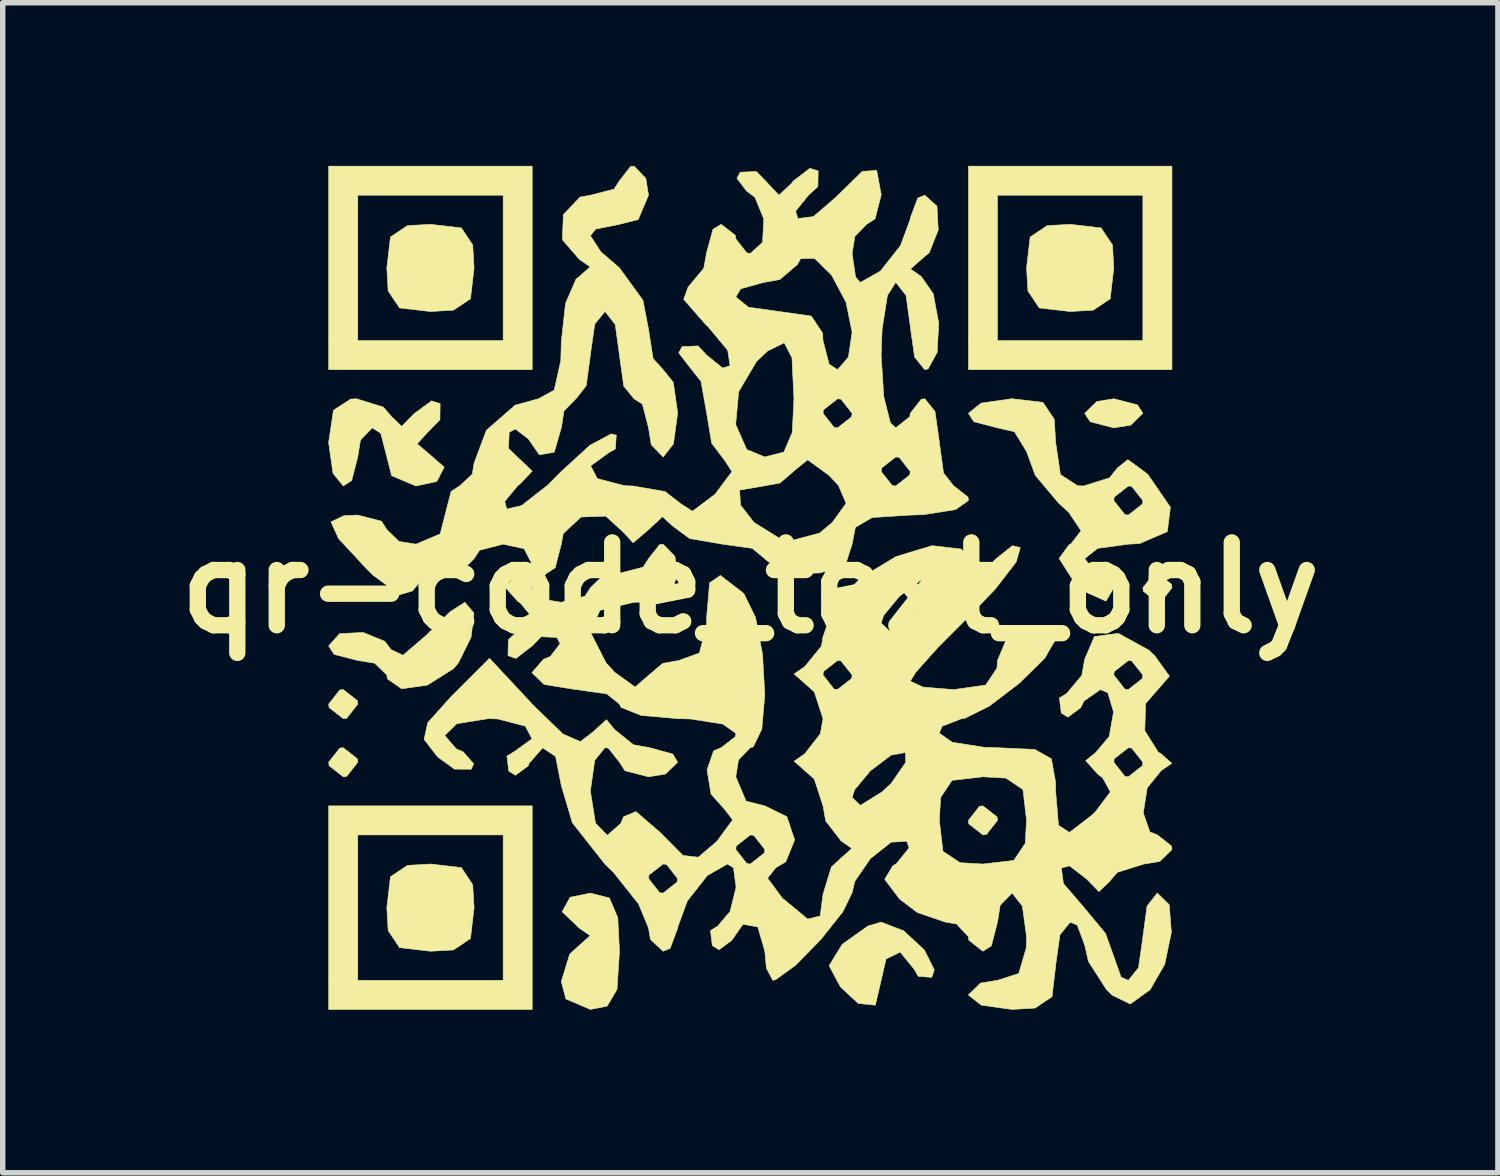
<source format=kicad_pcb>
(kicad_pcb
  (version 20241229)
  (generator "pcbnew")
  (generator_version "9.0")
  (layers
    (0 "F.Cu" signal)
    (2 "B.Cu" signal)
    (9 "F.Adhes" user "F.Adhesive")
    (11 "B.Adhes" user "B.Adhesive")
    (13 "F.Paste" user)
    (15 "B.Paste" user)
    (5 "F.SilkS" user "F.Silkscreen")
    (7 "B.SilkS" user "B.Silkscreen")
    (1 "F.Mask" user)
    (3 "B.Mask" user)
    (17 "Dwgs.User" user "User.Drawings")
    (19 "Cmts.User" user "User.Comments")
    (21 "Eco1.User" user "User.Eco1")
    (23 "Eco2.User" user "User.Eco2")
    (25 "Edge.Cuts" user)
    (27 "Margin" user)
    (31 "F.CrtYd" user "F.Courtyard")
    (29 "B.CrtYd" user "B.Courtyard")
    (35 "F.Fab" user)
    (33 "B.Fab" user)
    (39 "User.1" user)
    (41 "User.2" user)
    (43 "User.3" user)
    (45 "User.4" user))
  (footprint "qr-code_text_only"
    (layer "F.Cu")
    (at 10.748 7.759)
    (property "Reference" "qr-code_text_only" (at 0 0 0) (layer "F.SilkS") (effects (font (size 1.524 1.524) (thickness 0.3))))
    (attr through_hole)
    (fp_poly (pts (xy -7.227 2.075) (xy -7.219 2.139) (xy -7.422 2.399) (xy -7.486 2.406) (xy -7.746 2.203) (xy -7.754 2.139) (xy -7.55 1.879) (xy -7.486 1.872) (xy -7.227 2.075)) (stroke (width 0.01) (type solid)) (fill yes) (layer "F.SilkS"))
    (fp_poly (pts (xy -7.227 3.145) (xy -7.219 3.208) (xy -7.422 3.468) (xy -7.486 3.476) (xy -7.746 3.272) (xy -7.754 3.208) (xy -7.55 2.949) (xy -7.486 2.941) (xy -7.227 3.145)) (stroke (width 0.01) (type solid)) (fill yes) (layer "F.SilkS"))
    (fp_poly (pts (xy 4.537 4.214) (xy 4.545 4.278) (xy 4.342 4.537) (xy 4.278 4.545) (xy 4.018 4.342) (xy 4.011 4.278) (xy 4.214 4.018) (xy 4.278 4.011) (xy 4.537 4.214)) (stroke (width 0.01) (type solid)) (fill yes) (layer "F.SilkS"))
    (fp_poly (pts (xy 7.119 -3.364) (xy 7.219 -3.208) (xy 6.995 -2.991) (xy 6.684 -2.941) (xy 6.25 -3.053) (xy 6.149 -3.208) (xy 6.373 -3.426) (xy 6.684 -3.476) (xy 7.119 -3.364)) (stroke (width 0.01) (type solid)) (fill yes) (layer "F.SilkS"))
    (fp_poly (pts (xy 7.746 -0.064) (xy 7.754 0) (xy 7.55 0.26) (xy 7.486 0.267) (xy 7.227 0.064) (xy 7.219 0) (xy 7.422 -0.26) (xy 7.486 -0.267) (xy 7.746 -0.064)) (stroke (width 0.01) (type solid)) (fill yes) (layer "F.SilkS"))
    (fp_poly (pts (xy -4.011 -4.011) (xy -7.754 -4.011) (xy -7.754 -7.219) (xy -7.219 -7.219) (xy -7.219 -4.545) (xy -4.545 -4.545) (xy -4.545 -7.219) (xy -7.219 -7.219) (xy -7.754 -7.219) (xy -7.754 -7.754) (xy -4.011 -7.754) (xy -4.011 -4.011)) (stroke (width 0.01) (type solid)) (fill yes) (layer "F.SilkS"))
    (fp_poly (pts (xy -4.011 7.754) (xy -7.754 7.754) (xy -7.754 4.545) (xy -7.219 4.545) (xy -7.219 7.219) (xy -4.545 7.219) (xy -4.545 4.545) (xy -7.219 4.545) (xy -7.754 4.545) (xy -7.754 4.011) (xy -4.011 4.011) (xy -4.011 7.754)) (stroke (width 0.01) (type solid)) (fill yes) (layer "F.SilkS"))
    (fp_poly (pts (xy 7.754 -4.011) (xy 4.011 -4.011) (xy 4.011 -7.219) (xy 4.545 -7.219) (xy 4.545 -4.545) (xy 7.219 -4.545) (xy 7.219 -7.219) (xy 4.545 -7.219) (xy 4.011 -7.219) (xy 4.011 -7.754) (xy 7.754 -7.754) (xy 7.754 -4.011)) (stroke (width 0.01) (type solid)) (fill yes) (layer "F.SilkS"))
    (fp_poly (pts (xy -5.314 -6.618) (xy -5.105 -6.305) (xy -5.08 -5.882) (xy -5.146 -5.314) (xy -5.459 -5.105) (xy -5.882 -5.08) (xy -6.45 -5.146) (xy -6.66 -5.459) (xy -6.684 -5.882) (xy -6.618 -6.45) (xy -6.305 -6.66) (xy -5.882 -6.684) (xy -5.314 -6.618)) (stroke (width 0.01) (type solid)) (fill yes) (layer "F.SilkS"))
    (fp_poly (pts (xy -5.314 5.146) (xy -5.105 5.459) (xy -5.08 5.882) (xy -5.146 6.45) (xy -5.459 6.66) (xy -5.882 6.684) (xy -6.45 6.618) (xy -6.66 6.305) (xy -6.684 5.882) (xy -6.618 5.314) (xy -6.305 5.105) (xy -5.882 5.08) (xy -5.314 5.146)) (stroke (width 0.01) (type solid)) (fill yes) (layer "F.SilkS"))
    (fp_poly (pts (xy 6.45 -6.618) (xy 6.66 -6.305) (xy 6.684 -5.882) (xy 6.618 -5.314) (xy 6.305 -5.105) (xy 5.882 -5.08) (xy 5.314 -5.146) (xy 5.105 -5.459) (xy 5.08 -5.882) (xy 5.146 -6.45) (xy 5.459 -6.66) (xy 5.882 -6.684) (xy 6.45 -6.618)) (stroke (width 0.01) (type solid)) (fill yes) (layer "F.SilkS"))
    (fp_poly (pts (xy -2.591 5.704) (xy -2.437 6.067) (xy -2.406 6.684) (xy -2.451 7.384) (xy -2.632 7.693) (xy -2.941 7.754) (xy -3.391 7.562) (xy -3.476 7.241) (xy -3.322 6.738) (xy -3.142 6.573) (xy -2.945 6.397) (xy -3.142 6.261) (xy -3.461 5.957) (xy -3.314 5.691) (xy -2.941 5.615) (xy -2.591 5.704)) (stroke (width 0.01) (type solid)) (fill yes) (layer "F.SilkS"))
    (fp_poly (pts (xy 2.82 6.308) (xy 3.201 6.661) (xy 3.383 7.026) (xy 3.337 7.165) (xy 3.087 7.144) (xy 3.016 7.018) (xy 2.756 6.699) (xy 2.496 6.826) (xy 2.406 7.219) (xy 2.299 7.676) (xy 1.985 7.644) (xy 1.656 7.338) (xy 1.449 6.95) (xy 1.684 6.566) (xy 1.704 6.546) (xy 2.164 6.219) (xy 2.406 6.149) (xy 2.82 6.308)) (stroke (width 0.01) (type solid)) (fill yes) (layer "F.SilkS"))
    (fp_poly (pts (xy -5.082 0.465) (xy -5.135 0.91) (xy -5.369 1.383) (xy -5.462 1.49) (xy -5.939 1.79) (xy -6.412 1.858) (xy -6.675 1.674) (xy -6.684 1.604) (xy -6.908 1.387) (xy -7.219 1.337) (xy -7.653 1.225) (xy -7.754 1.069) (xy -7.553 0.844) (xy -7.121 0.821) (xy -6.719 0.986) (xy -6.609 1.136) (xy -6.387 1.241) (xy -5.954 0.869) (xy -5.523 0.442) (xy -5.249 0.267) (xy -5.082 0.465)) (stroke (width 0.01) (type solid)) (fill yes) (layer "F.SilkS"))
    (fp_poly (pts (xy -6.749 -3.323) (xy -6.593 -3.142) (xy -6.411 -2.969) (xy -6.184 -3.201) (xy -5.862 -3.436) (xy -5.704 -3.387) (xy -5.708 -3.09) (xy -5.89 -2.906) (xy -6.127 -2.647) (xy -5.949 -2.497) (xy -5.629 -2.218) (xy -5.765 -1.955) (xy -6.149 -1.872) (xy -6.596 -2.061) (xy -6.684 -2.406) (xy -6.796 -2.841) (xy -6.952 -2.941) (xy -7.169 -2.717) (xy -7.219 -2.406) (xy -7.331 -1.972) (xy -7.486 -1.872) (xy -7.674 -2.104) (xy -7.754 -2.664) (xy -7.754 -2.674) (xy -7.666 -3.265) (xy -7.35 -3.47) (xy -7.241 -3.476) (xy -6.749 -3.323)) (stroke (width 0.01) (type solid)) (fill yes) (layer "F.SilkS"))
    (fp_poly (pts (xy 5.381 -3.41) (xy 5.59 -3.097) (xy 5.615 -2.674) (xy 5.702 -2.082) (xy 6.018 -1.877) (xy 6.127 -1.872) (xy 6.606 -2.022) (xy 6.75 -2.203) (xy 6.943 -2.357) (xy 7.307 -2.089) (xy 7.725 -1.482) (xy 7.669 -1.033) (xy 7.159 -0.813) (xy 6.952 -0.802) (xy 6.388 -0.725) (xy 6.15 -0.538) (xy 6.149 -0.535) (xy 6.353 -0.275) (xy 6.417 -0.267) (xy 6.676 -0.064) (xy 6.684 0) (xy 6.541 0.245) (xy 6.173 0.082) (xy 5.912 -0.172) (xy 5.678 -0.54) (xy 5.858 -0.786) (xy 5.903 -0.815) (xy 6.082 -1.05) (xy 5.856 -1.387) (xy 5.673 -1.554) (xy 5.63 -1.604) (xy 6.684 -1.604) (xy 6.888 -1.345) (xy 6.952 -1.337) (xy 7.211 -1.54) (xy 7.219 -1.604) (xy 7.015 -1.864) (xy 6.952 -1.872) (xy 6.692 -1.668) (xy 6.684 -1.604) (xy 5.63 -1.604) (xy 5.24 -2.068) (xy 5.08 -2.505) (xy 4.858 -2.869) (xy 4.545 -2.941) (xy 4.111 -3.053) (xy 4.011 -3.208) (xy 4.243 -3.396) (xy 4.803 -3.476) (xy 4.813 -3.476) (xy 5.381 -3.41)) (stroke (width 0.01) (type solid)) (fill yes) (layer "F.SilkS"))
    (fp_poly (pts (xy -1.922 -7.53) (xy -1.872 -7.219) (xy -2.061 -6.772) (xy -2.406 -6.684) (xy -2.841 -6.597) (xy -2.941 -6.476) (xy -2.748 -6.177) (xy -2.406 -5.882) (xy -1.975 -5.288) (xy -1.872 -4.754) (xy -1.788 -4.216) (xy -1.604 -4.011) (xy -1.416 -3.778) (xy -1.337 -3.218) (xy -1.337 -3.208) (xy -1.414 -2.645) (xy -1.601 -2.406) (xy -1.604 -2.406) (xy -1.821 -2.63) (xy -1.872 -2.941) (xy -1.984 -3.376) (xy -2.139 -3.476) (xy -2.327 -3.708) (xy -2.406 -4.268) (xy -2.406 -4.278) (xy -2.484 -4.841) (xy -2.67 -5.08) (xy -2.674 -5.08) (xy -2.861 -4.848) (xy -2.941 -4.288) (xy -2.941 -4.278) (xy -3.018 -3.715) (xy -3.205 -3.476) (xy -3.208 -3.476) (xy -3.426 -3.252) (xy -3.476 -2.941) (xy -3.606 -2.493) (xy -3.879 -2.445) (xy -4.085 -2.741) (xy -4.321 -2.92) (xy -4.434 -2.86) (xy -4.447 -2.564) (xy -4.27 -2.392) (xy -4.011 -2.146) (xy -4.236 -1.908) (xy -4.27 -1.886) (xy -4.516 -1.588) (xy -4.479 -1.448) (xy -4.205 -1.512) (xy -3.727 -1.887) (xy -3.476 -2.139) (xy -2.95 -2.62) (xy -2.56 -2.829) (xy -2.465 -2.807) (xy -2.481 -2.553) (xy -2.607 -2.481) (xy -2.937 -2.242) (xy -2.814 -2.008) (xy -2.311 -1.877) (xy -2.161 -1.872) (xy -1.568 -1.77) (xy -1.271 -1.54) (xy -1.063 -1.408) (xy -0.649 -1.719) (xy -0.592 -1.796) (xy -0.197 -1.796) (xy -0.18 -1.52) (xy 0.067 -1.202) (xy 0.651 -0.839) (xy 1.274 -1.006) (xy 1.509 -1.203) (xy 1.762 -1.554) (xy 1.619 -1.885) (xy 1.444 -2.07) (xy 1.349 -2.139) (xy 2.406 -2.139) (xy 2.61 -1.879) (xy 2.674 -1.872) (xy 2.933 -2.075) (xy 2.941 -2.139) (xy 2.738 -2.399) (xy 2.674 -2.406) (xy 2.414 -2.203) (xy 2.406 -2.139) (xy 1.349 -2.139) (xy 1.055 -2.353) (xy 0.868 -2.203) (xy 0.544 -1.926) (xy 0.245 -1.872) (xy -0.197 -1.796) (xy -0.592 -1.796) (xy -0.337 -2.137) (xy -0.47 -2.34) (xy -0.711 -2.659) (xy -0.768 -3.003) (xy -0.269 -3.003) (xy -0.066 -2.543) (xy 0.267 -2.406) (xy 0.617 -2.496) (xy 0.772 -2.858) (xy 0.789 -3.208) (xy 1.337 -3.208) (xy 1.54 -2.949) (xy 1.604 -2.941) (xy 1.864 -3.145) (xy 1.872 -3.208) (xy 1.668 -3.468) (xy 1.604 -3.476) (xy 1.345 -3.272) (xy 1.337 -3.208) (xy 0.789 -3.208) (xy 0.802 -3.476) (xy 0.766 -4.229) (xy 0.623 -4.505) (xy 0.319 -4.355) (xy 0.115 -4.163) (xy -0.214 -3.606) (xy -0.269 -3.003) (xy -0.768 -3.003) (xy -0.802 -3.208) (xy -0.907 -3.797) (xy -1.136 -4.085) (xy -1.316 -4.321) (xy -1.255 -4.434) (xy -0.962 -4.448) (xy -0.802 -4.278) (xy -0.51 -4.041) (xy -0.373 -4.083) (xy -0.416 -4.368) (xy -0.78 -4.805) (xy -0.826 -4.847) (xy -1.225 -5.304) (xy -1.21 -5.347) (xy -0.267 -5.347) (xy -0.035 -5.16) (xy 0.525 -5.08) (xy 0.535 -5.08) (xy 1.122 -4.996) (xy 1.329 -4.683) (xy 1.337 -4.545) (xy 1.449 -4.111) (xy 1.604 -4.011) (xy 1.803 -4.24) (xy 1.872 -4.698) (xy 1.76 -5.251) (xy 1.495 -5.748) (xy 1.182 -6.059) (xy 0.926 -6.052) (xy 0.868 -5.947) (xy 0.544 -5.669) (xy 0.245 -5.615) (xy -0.177 -5.498) (xy -0.267 -5.347) (xy -1.21 -5.347) (xy -1.141 -5.538) (xy -1.136 -5.539) (xy -0.857 -5.873) (xy -0.802 -6.172) (xy -0.686 -6.594) (xy -0.535 -6.684) (xy -0.275 -6.481) (xy -0.267 -6.417) (xy -0.064 -6.157) (xy 0 -6.149) (xy 0.225 -6.351) (xy 0.248 -6.782) (xy 0.084 -7.183) (xy -0.067 -7.294) (xy -0.246 -7.53) (xy -0.186 -7.642) (xy 0.11 -7.655) (xy 0.282 -7.479) (xy 0.527 -7.219) (xy 0.765 -7.444) (xy 0.788 -7.479) (xy 1.095 -7.714) (xy 1.248 -7.665) (xy 1.242 -7.377) (xy 1.069 -7.219) (xy 0.833 -6.926) (xy 0.875 -6.79) (xy 1.162 -6.827) (xy 1.567 -7.176) (xy 2.058 -7.657) (xy 2.324 -7.676) (xy 2.406 -7.236) (xy 2.406 -7.219) (xy 2.294 -6.784) (xy 2.139 -6.684) (xy 1.922 -6.46) (xy 1.872 -6.149) (xy 1.936 -5.714) (xy 2.024 -5.615) (xy 2.394 -5.825) (xy 2.762 -6.293) (xy 2.941 -6.777) (xy 2.941 -6.799) (xy 3.08 -7.167) (xy 3.208 -7.219) (xy 3.433 -7.017) (xy 3.456 -6.58) (xy 3.29 -6.161) (xy 3.142 -6.038) (xy 2.945 -5.862) (xy 3.142 -5.726) (xy 3.364 -5.408) (xy 3.465 -4.866) (xy 3.436 -4.328) (xy 3.268 -4.024) (xy 3.208 -4.011) (xy 3.021 -4.243) (xy 2.941 -4.803) (xy 2.941 -4.813) (xy 2.864 -5.376) (xy 2.677 -5.615) (xy 2.674 -5.615) (xy 2.521 -5.374) (xy 2.424 -4.759) (xy 2.406 -4.278) (xy 2.454 -3.515) (xy 2.577 -3.031) (xy 2.674 -2.941) (xy 2.933 -3.145) (xy 2.941 -3.208) (xy 3.145 -3.468) (xy 3.208 -3.476) (xy 3.396 -3.243) (xy 3.476 -2.684) (xy 3.476 -2.674) (xy 3.553 -2.111) (xy 3.74 -1.872) (xy 3.743 -1.872) (xy 4.003 -1.668) (xy 4.011 -1.604) (xy 3.773 -1.437) (xy 3.181 -1.344) (xy 2.941 -1.337) (xy 2.241 -1.292) (xy 1.932 -1.111) (xy 1.872 -0.802) (xy 1.746 -0.411) (xy 1.277 -0.273) (xy 1.069 -0.267) (xy 0.506 -0.345) (xy 0.267 -0.531) (xy 0.267 -0.535) (xy 0.036 -0.725) (xy -0.512 -0.802) (xy -1.116 -0.905) (xy -1.428 -1.136) (xy -1.615 -1.308) (xy -1.872 -1.069) (xy -2.156 -0.827) (xy -2.315 -1.003) (xy -2.657 -1.317) (xy -3.115 -1.301) (xy -3.44 -0.996) (xy -3.476 -0.802) (xy -3.588 -0.368) (xy -3.743 -0.267) (xy -4.003 -0.064) (xy -4.011 0) (xy -3.787 0.217) (xy -3.476 0.267) (xy -3.041 0.155) (xy -2.941 0) (xy -2.717 -0.217) (xy -2.406 -0.267) (xy -1.972 -0.379) (xy -1.872 -0.535) (xy -1.668 -0.794) (xy -1.604 -0.802) (xy -1.387 -0.578) (xy -1.337 -0.267) (xy -1.463 0.124) (xy -1.932 0.262) (xy -2.139 0.267) (xy -2.765 0.415) (xy -2.943 0.811) (xy -2.652 1.383) (xy -2.495 1.554) (xy -2.118 1.825) (xy -1.938 1.669) (xy -1.613 1.391) (xy -1.315 1.337) (xy -0.937 1.2) (xy -0.806 0.705) (xy -0.802 0.535) (xy -0.749 -0.091) (xy -0.55 -0.227) (xy -0.14 0.089) (xy -0.115 0.115) (xy 0.096 0.547) (xy 0.225 1.225) (xy 0.266 1.969) (xy 0.212 2.597) (xy 0.054 2.926) (xy 0 2.941) (xy -0.217 3.165) (xy -0.267 3.476) (xy -0.078 3.923) (xy 0.267 4.011) (xy 0.672 4.209) (xy 0.815 4.636) (xy 0.652 5.04) (xy 0.47 5.146) (xy 0.317 5.339) (xy 0.585 5.703) (xy 1.055 6.092) (xy 1.285 6.035) (xy 1.337 5.637) (xy 1.491 5.134) (xy 1.671 4.969) (xy 1.868 4.793) (xy 1.671 4.657) (xy 1.386 4.288) (xy 1.384 4.278) (xy 3.476 4.278) (xy 3.542 4.846) (xy 3.855 5.055) (xy 4.278 5.08) (xy 4.846 5.014) (xy 5.055 4.701) (xy 5.08 4.278) (xy 5.014 3.71) (xy 4.701 3.5) (xy 4.278 3.476) (xy 3.71 3.542) (xy 3.5 3.855) (xy 3.476 4.278) (xy 1.384 4.278) (xy 1.337 4.011) (xy 1.287 3.858) (xy 1.872 3.858) (xy 2.023 4.002) (xy 2.424 3.753) (xy 2.591 3.597) (xy 2.858 3.211) (xy 2.852 3.03) (xy 2.589 3.078) (xy 2.207 3.366) (xy 1.916 3.717) (xy 1.872 3.858) (xy 1.287 3.858) (xy 1.176 3.517) (xy 1.003 3.364) (xy 0.806 3.189) (xy 1.003 3.052) (xy 1.288 2.684) (xy 1.337 2.406) (xy 1.176 1.913) (xy 1.003 1.76) (xy 0.828 1.604) (xy 1.337 1.604) (xy 1.54 1.864) (xy 1.604 1.872) (xy 1.864 1.668) (xy 1.872 1.604) (xy 1.668 1.345) (xy 1.604 1.337) (xy 1.345 1.54) (xy 1.337 1.604) (xy 0.828 1.604) (xy 0.806 1.585) (xy 1.003 1.448) (xy 1.308 1.074) (xy 1.337 0.901) (xy 1.424 0.649) (xy 2.406 0.649) (xy 2.558 0.793) (xy 2.959 0.545) (xy 3.126 0.388) (xy 3.393 0.003) (xy 3.387 -0.178) (xy 3.124 -0.131) (xy 2.741 0.158) (xy 2.451 0.509) (xy 2.406 0.649) (xy 1.424 0.649) (xy 1.533 0.335) (xy 2.027 -0.179) (xy 2.677 -0.573) (xy 3.341 -0.774) (xy 3.876 -0.713) (xy 4.102 -0.468) (xy 4.283 -0.295) (xy 4.51 -0.527) (xy 4.821 -0.774) (xy 4.965 -0.739) (xy 4.888 -0.473) (xy 4.502 0.027) (xy 4.044 0.503) (xy 3.446 1.102) (xy 3.045 1.551) (xy 2.941 1.717) (xy 3.174 1.826) (xy 3.734 1.872) (xy 3.743 1.872) (xy 4.33 1.788) (xy 4.537 1.475) (xy 4.545 1.337) (xy 4.734 0.89) (xy 5.08 0.802) (xy 5.515 0.863) (xy 5.615 0.948) (xy 5.417 1.292) (xy 4.948 1.755) (xy 4.396 2.176) (xy 3.947 2.399) (xy 3.889 2.406) (xy 3.525 2.547) (xy 3.476 2.674) (xy 3.713 2.841) (xy 4.306 2.934) (xy 4.545 2.941) (xy 5.231 2.973) (xy 5.536 3.144) (xy 5.613 3.571) (xy 5.615 3.743) (xy 5.667 4.368) (xy 5.868 4.5) (xy 6.29 4.175) (xy 6.346 4.12) (xy 6.621 3.754) (xy 6.48 3.495) (xy 6.393 3.431) (xy 6.194 3.208) (xy 6.684 3.208) (xy 6.888 3.468) (xy 6.952 3.476) (xy 7.211 3.272) (xy 7.219 3.208) (xy 7.015 2.949) (xy 6.952 2.941) (xy 6.692 3.145) (xy 6.684 3.208) (xy 6.194 3.208) (xy 6.167 3.179) (xy 6.35 3.032) (xy 6.599 2.736) (xy 6.68 2.283) (xy 6.574 1.93) (xy 6.439 1.872) (xy 6.136 2.082) (xy 6.075 2.206) (xy 5.841 2.379) (xy 5.718 2.303) (xy 5.684 2.026) (xy 5.815 1.946) (xy 6.095 1.614) (xy 6.097 1.604) (xy 6.684 1.604) (xy 6.888 1.864) (xy 6.952 1.872) (xy 7.211 1.668) (xy 7.219 1.604) (xy 7.015 1.345) (xy 6.952 1.337) (xy 6.692 1.54) (xy 6.684 1.604) (xy 6.097 1.604) (xy 6.149 1.315) (xy 6.327 0.897) (xy 6.767 0.838) (xy 7.326 1.146) (xy 7.436 1.249) (xy 7.707 1.625) (xy 7.551 1.806) (xy 7.27 2.128) (xy 7.254 2.629) (xy 7.502 3.024) (xy 7.553 3.052) (xy 7.75 3.228) (xy 7.553 3.364) (xy 7.299 3.68) (xy 7.226 4.14) (xy 7.348 4.49) (xy 7.486 4.545) (xy 7.746 4.749) (xy 7.754 4.813) (xy 7.531 5.033) (xy 7.241 5.08) (xy 6.749 5.233) (xy 6.593 5.414) (xy 6.411 5.587) (xy 6.184 5.355) (xy 5.869 5.113) (xy 5.72 5.153) (xy 5.758 5.44) (xy 6.107 5.845) (xy 6.533 6.358) (xy 6.684 6.782) (xy 6.818 7.16) (xy 6.952 7.219) (xy 7.139 6.987) (xy 7.219 6.427) (xy 7.219 6.417) (xy 7.296 5.854) (xy 7.483 5.615) (xy 7.486 5.615) (xy 7.704 5.829) (xy 7.743 6.335) (xy 7.621 6.925) (xy 7.353 7.391) (xy 6.987 7.655) (xy 6.655 7.492) (xy 6.551 7.391) (xy 6.218 6.872) (xy 6.149 6.57) (xy 6.011 6.202) (xy 5.882 6.149) (xy 5.694 6.382) (xy 5.615 6.942) (xy 5.615 6.952) (xy 5.548 7.52) (xy 5.236 7.729) (xy 4.813 7.754) (xy 4.249 7.676) (xy 4.011 7.49) (xy 4.011 7.486) (xy 4.234 7.269) (xy 4.545 7.219) (xy 4.937 7.093) (xy 5.074 6.624) (xy 5.08 6.417) (xy 5.003 5.854) (xy 4.816 5.615) (xy 4.813 5.615) (xy 4.595 5.839) (xy 4.545 6.149) (xy 4.433 6.584) (xy 4.278 6.684) (xy 4.018 6.481) (xy 4.011 6.417) (xy 3.793 6.183) (xy 3.59 6.149) (xy 3.072 5.972) (xy 2.745 5.724) (xy 2.472 5.361) (xy 2.617 5.118) (xy 2.689 5.07) (xy 2.919 4.785) (xy 2.879 4.662) (xy 2.589 4.678) (xy 2.208 4.981) (xy 1.922 5.397) (xy 1.872 5.608) (xy 1.701 5.959) (xy 1.299 6.465) (xy 0.832 6.942) (xy 0.466 7.207) (xy 0.413 7.219) (xy 0.295 6.994) (xy 0.267 6.684) (xy 0.137 6.236) (xy -0.136 6.188) (xy -0.342 6.484) (xy -0.576 6.657) (xy -0.699 6.581) (xy -0.733 6.304) (xy -0.602 6.224) (xy -0.373 5.954) (xy -0.262 5.509) (xy -0.309 5.149) (xy -0.42 5.08) (xy -0.79 5.29) (xy -1.158 5.759) (xy -1.336 6.243) (xy -1.337 6.264) (xy -1.475 6.632) (xy -1.604 6.684) (xy -1.837 6.466) (xy -1.872 6.257) (xy -2.055 5.814) (xy -2.426 5.347) (xy -1.872 5.347) (xy -1.668 5.607) (xy -1.604 5.615) (xy -1.345 5.411) (xy -1.337 5.347) (xy -1.54 5.088) (xy -1.604 5.08) (xy -1.864 5.283) (xy -1.872 5.347) (xy -2.426 5.347) (xy -2.512 5.239) (xy -2.674 5.08) (xy -3.273 4.321) (xy -3.476 3.636) (xy -3.581 3.102) (xy -3.819 2.943) (xy -4.068 3.228) (xy -4.085 3.275) (xy -4.319 3.448) (xy -4.442 3.372) (xy -4.476 3.096) (xy -4.345 3.016) (xy -4.014 2.778) (xy -4.137 2.545) (xy -4.64 2.413) (xy -4.813 2.406) (xy -5.398 2.5) (xy -5.62 2.717) (xy -5.408 2.962) (xy -5.281 3.016) (xy -5.086 3.238) (xy -5.134 3.337) (xy -5.44 3.335) (xy -5.751 3.11) (xy -5.999 2.788) (xy -5.932 2.482) (xy -5.509 2.009) (xy -5.489 1.989) (xy -4.797 1.297) (xy -3.983 2.169) (xy -3.45 2.687) (xy -3.125 2.829) (xy -2.9 2.657) (xy -2.645 2.426) (xy -2.497 2.607) (xy -2.149 2.887) (xy -1.849 2.941) (xy -1.427 3.057) (xy -1.337 3.208) (xy -1.561 3.426) (xy -1.872 3.476) (xy -2.306 3.364) (xy -2.406 3.208) (xy -2.61 2.949) (xy -2.674 2.941) (xy -2.861 3.173) (xy -2.941 3.733) (xy -2.941 3.743) (xy -2.847 4.329) (xy -2.63 4.551) (xy -2.384 4.337) (xy -2.331 4.211) (xy -2.103 4.116) (xy -1.655 4.502) (xy -1.65 4.508) (xy -1.239 4.922) (xy -0.957 4.955) (xy -0.79 4.813) (xy -0.267 4.813) (xy -0.064 5.072) (xy 0 5.08) (xy 0.26 4.877) (xy 0.267 4.813) (xy 0.064 4.553) (xy 0 4.545) (xy -0.26 4.749) (xy -0.267 4.813) (xy -0.79 4.813) (xy -0.614 4.663) (xy -0.325 4.267) (xy -0.47 4.077) (xy -0.722 3.795) (xy -0.796 3.349) (xy -0.675 2.999) (xy -0.535 2.941) (xy -0.275 2.738) (xy -0.267 2.674) (xy -0.505 2.506) (xy -1.097 2.413) (xy -1.337 2.406) (xy -2.007 2.347) (xy -2.379 2.199) (xy -2.406 2.139) (xy -2.639 1.951) (xy -3.198 1.872) (xy -3.208 1.872) (xy -3.793 1.778) (xy -4.016 1.561) (xy -3.803 1.316) (xy -3.676 1.262) (xy -3.497 1.026) (xy -3.557 0.913) (xy -3.85 0.9) (xy -4.011 1.069) (xy -4.31 1.299) (xy -4.456 1.248) (xy -4.45 0.957) (xy -4.27 0.788) (xy -4.013 0.541) (xy -4.225 0.286) (xy -4.278 0.247) (xy -4.52 -0.023) (xy -4.345 -0.176) (xy -4.025 -0.456) (xy -4.161 -0.719) (xy -4.545 -0.802) (xy -4.98 -0.69) (xy -5.08 -0.535) (xy -5.303 -0.314) (xy -5.592 -0.267) (xy -6.07 -0.12) (xy -6.214 0.059) (xy -6.45 0.128) (xy -6.938 -0.232) (xy -7.038 -0.33) (xy -7.572 -0.904) (xy -7.712 -1.211) (xy -7.473 -1.326) (xy -7.219 -1.337) (xy -6.784 -1.225) (xy -6.684 -1.069) (xy -6.46 -0.852) (xy -6.149 -0.802) (xy -5.703 -0.991) (xy -5.615 -1.337) (xy -5.503 -1.771) (xy -5.347 -1.872) (xy -5.113 -2.089) (xy -5.08 -2.292) (xy -4.854 -2.896) (xy -4.326 -3.358) (xy -3.896 -3.476) (xy -3.606 -3.635) (xy -3.485 -4.178) (xy -3.476 -4.523) (xy -3.398 -5.23) (xy -3.204 -5.678) (xy -3.142 -5.726) (xy -2.945 -5.902) (xy -3.142 -6.038) (xy -3.456 -6.4) (xy -3.438 -6.864) (xy -3.13 -7.185) (xy -2.941 -7.219) (xy -2.507 -7.331) (xy -2.406 -7.486) (xy -2.203 -7.746) (xy -2.139 -7.754) (xy -1.922 -7.53)) (stroke (width 0.01) (type solid)) (fill yes) (layer "F.SilkS")))
  (gr_rect
    (start -3 -3)
    (end 24.496 18.517)
    (stroke (width 0.1) (type default))
    (fill no)
    (layer "Edge.Cuts")))
</source>
